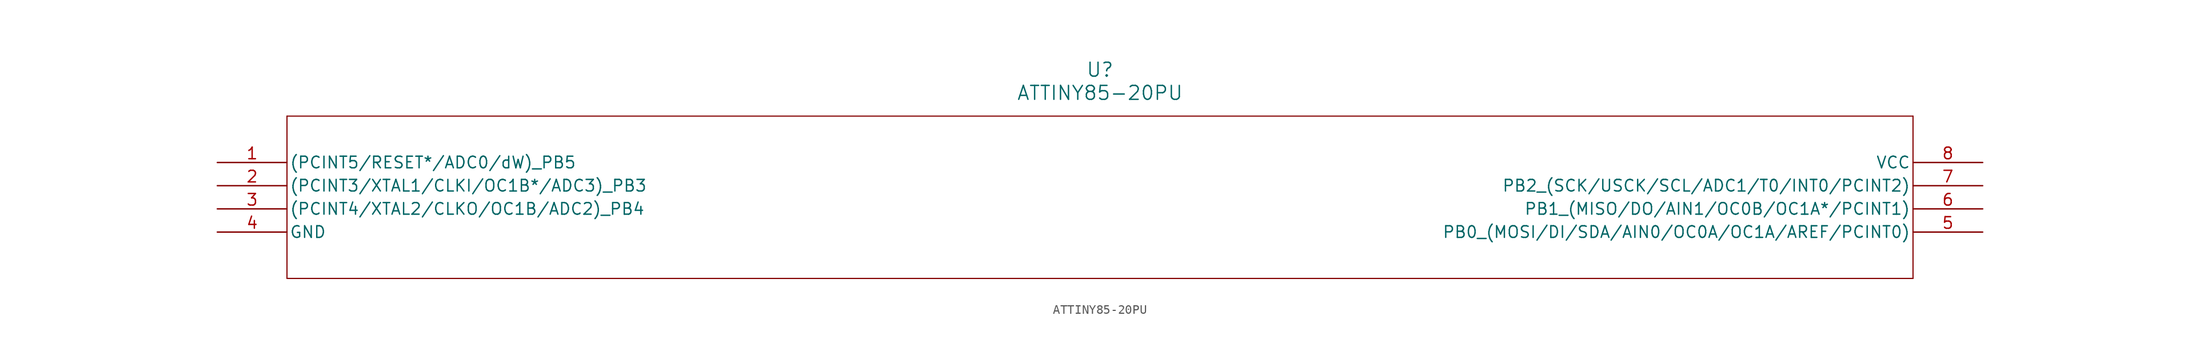
<source format=kicad_sym>
(kicad_symbol_lib
  (version 20211014)
  (generator kicad_symbol_editor)
  (symbol "ATTINY85-20PU"
    (pin_names
      (offset 0.254))
    (property "Reference" "U"
      (at 96.52 10.16 0)
      (effects (font (size 1.524 1.524))))
    (property "Value" "ATTINY85-20PU"
      (at 96.52 7.62 0)
      (effects (font (size 1.524 1.524))))
    (polyline
      (pts (xy 7.62 5.08) (xy 7.62 -12.7))
      (stroke (width 0.127) (type default) (color 0 0 0 0))
      (fill (type none)))
    (polyline
      (pts (xy 7.62 -12.7) (xy 185.42 -12.7))
      (stroke (width 0.127) (type default) (color 0 0 0 0))
      (fill (type none)))
    (polyline
      (pts (xy 185.42 -12.7) (xy 185.42 5.08))
      (stroke (width 0.127) (type default) (color 0 0 0 0))
      (fill (type none)))
    (polyline
      (pts (xy 185.42 5.08) (xy 7.62 5.08))
      (stroke (width 0.127) (type default) (color 0 0 0 0))
      (fill (type none)))
    (pin bidirectional line
      (at 0 0 0)
      (length 7.62)
      (name "(PCINT5/RESET*/ADC0/dW) PB5" (effects (font (size 1.27 1.27))))
      (number "1" (effects (font (size 1.27 1.27)))))
    (pin bidirectional line
      (at 0 -2.54 0)
      (length 7.62)
      (name "(PCINT3/XTAL1/CLKI/OC1B*/ADC3) PB3" (effects (font (size 1.27 1.27))))
      (number "2" (effects (font (size 1.27 1.27)))))
    (pin bidirectional line
      (at 0 -5.08 0)
      (length 7.62)
      (name "(PCINT4/XTAL2/CLKO/OC1B/ADC2) PB4" (effects (font (size 1.27 1.27))))
      (number "3" (effects (font (size 1.27 1.27)))))
    (pin power_in line
      (at 0 -7.62 0)
      (length 7.62)
      (name "GND" (effects (font (size 1.27 1.27))))
      (number "4" (effects (font (size 1.27 1.27)))))
    (pin bidirectional line
      (at 193.04 -7.62 180)
      (length 7.62)
      (name "PB0 (MOSI/DI/SDA/AIN0/OC0A/OC1A/AREF/PCINT0)" (effects (font (size 1.27 1.27))))
      (number "5" (effects (font (size 1.27 1.27)))))
    (pin bidirectional line
      (at 193.04 -5.08 180)
      (length 7.62)
      (name "PB1 (MISO/DO/AIN1/OC0B/OC1A*/PCINT1)" (effects (font (size 1.27 1.27))))
      (number "6" (effects (font (size 1.27 1.27)))))
    (pin bidirectional line
      (at 193.04 -2.54 180)
      (length 7.62)
      (name "PB2 (SCK/USCK/SCL/ADC1/T0/INT0/PCINT2)" (effects (font (size 1.27 1.27))))
      (number "7" (effects (font (size 1.27 1.27)))))
    (pin power_in line
      (at 193.04 0 180)
      (length 7.62)
      (name "VCC" (effects (font (size 1.27 1.27))))
      (number "8" (effects (font (size 1.27 1.27)))))))
</source>
